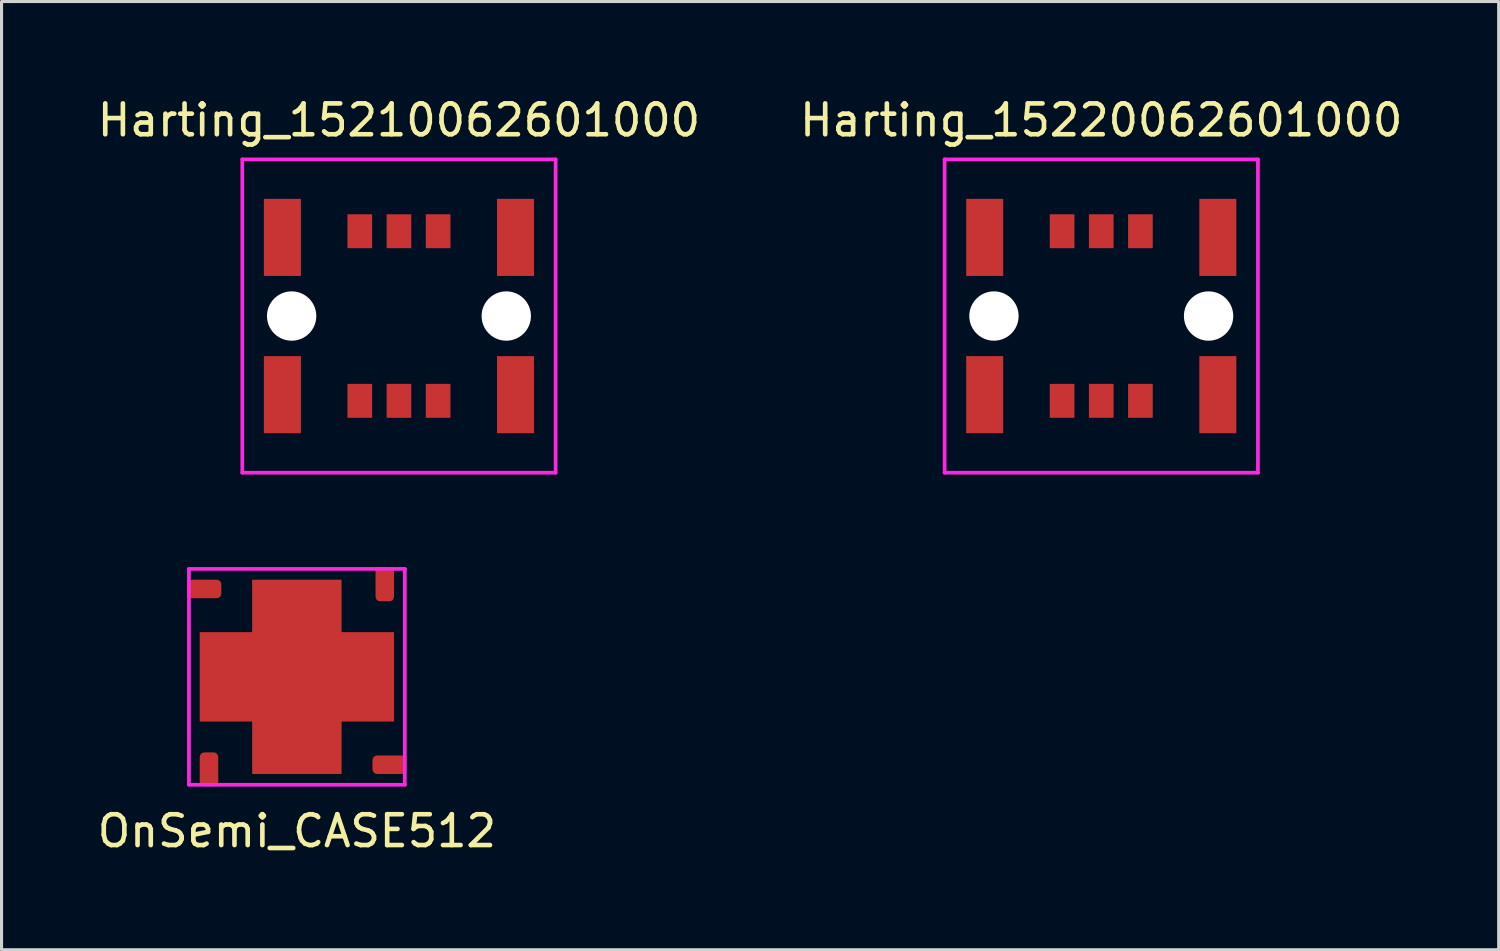
<source format=kicad_pcb>
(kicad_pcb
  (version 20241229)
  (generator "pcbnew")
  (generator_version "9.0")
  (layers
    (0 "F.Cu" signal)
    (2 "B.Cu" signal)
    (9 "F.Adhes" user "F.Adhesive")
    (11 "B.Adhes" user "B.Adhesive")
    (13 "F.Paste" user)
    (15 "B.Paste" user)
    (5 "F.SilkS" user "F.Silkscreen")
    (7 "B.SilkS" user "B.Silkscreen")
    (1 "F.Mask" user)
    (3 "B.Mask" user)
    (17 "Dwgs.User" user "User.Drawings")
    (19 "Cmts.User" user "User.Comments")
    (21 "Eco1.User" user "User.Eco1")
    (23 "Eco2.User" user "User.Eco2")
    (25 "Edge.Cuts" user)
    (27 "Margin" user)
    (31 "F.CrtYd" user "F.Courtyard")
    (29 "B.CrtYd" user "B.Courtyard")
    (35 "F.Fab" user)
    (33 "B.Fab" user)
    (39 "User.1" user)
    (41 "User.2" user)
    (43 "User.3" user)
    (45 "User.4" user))
  (footprint "OnSemi_CASE512"
    (layer "F.Cu")
    (at 6.577 18.898)
    (property "Reference" "OnSemi_CASE512" (at 0 5 0) (layer "F.SilkS") (effects (font (size 1 1) (thickness 0.15))))
    (attr through_hole)
    (fp_line (start -3.5 -3.5) (end 3.5 -3.5) (stroke (width 0.12) (type solid)) (layer "F.CrtYd"))
    (fp_line (start -3.5 3.5) (end -3.5 -3.5) (stroke (width 0.12) (type solid)) (layer "F.CrtYd"))
    (fp_line (start 3.5 -3.5) (end 3.5 3.5) (stroke (width 0.12) (type solid)) (layer "F.CrtYd"))
    (fp_line (start 3.5 3.5) (end -3.5 3.5) (stroke (width 0.12) (type solid)) (layer "F.CrtYd"))
    (pad "1" smd roundrect (at -2.85 3) (size 0.6 1.1) (layers "F.Cu" "F.Mask" "F.Paste") (roundrect_rratio 0.25))
    (pad "2" smd roundrect (at 3 2.85 90) (size 0.6 1.1) (layers "F.Cu" "F.Mask" "F.Paste") (roundrect_rratio 0.25))
    (pad "3" smd roundrect (at 2.85 -3) (size 0.6 1.1) (layers "F.Cu" "F.Mask" "F.Paste") (roundrect_rratio 0.25))
    (pad "4" smd roundrect (at -3 -2.85 90) (size 0.6 1.1) (layers "F.Cu" "F.Mask" "F.Paste") (roundrect_rratio 0.25))
    (pad "5" smd custom (at 0 0) (size 2.9 2.9) (layers "*.Mask" "F.Cu") (options (anchor rect)) (primitives (gr_poly (pts (xy 1.45 1.45) (xy 3.15 1.45) (xy 3.15 -1.45) (xy 1.45 -1.45)) (width 0) (fill yes)) (gr_poly (pts (xy 1.45 -1.45) (xy 1.45 -3.15) (xy -1.45 -3.15) (xy -1.45 -1.45)) (width 0) (fill yes)) (gr_poly (pts (xy -1.45 -1.45) (xy -3.15 -1.45) (xy -3.15 1.45) (xy -1.45 1.45)) (width 0) (fill yes)) (gr_poly (pts (xy -1.45 1.45) (xy -1.45 3.15) (xy 1.45 3.15) (xy 1.45 1.45)) (width 0) (fill yes)))))
  (footprint "Harting_15210062601000"
    (layer "F.Cu")
    (at 9.887 7.198)
    (property "Reference" "Harting_15210062601000" (at 0 -6.35 0) (layer "F.SilkS") (effects (font (size 1 1) (thickness 0.15))))
    (attr through_hole)
    (fp_line (start -5.08 -5.08) (end -5.08 5.08) (stroke (width 0.12) (type solid)) (layer "F.CrtYd"))
    (fp_line (start -5.08 5.08) (end 5.08 5.08) (stroke (width 0.12) (type solid)) (layer "F.CrtYd"))
    (fp_line (start 5.08 -5.08) (end -5.08 -5.08) (stroke (width 0.12) (type solid)) (layer "F.CrtYd"))
    (fp_line (start 5.08 5.08) (end 5.08 -5.08) (stroke (width 0.12) (type solid)) (layer "F.CrtYd"))
    (pad "" np_thru_hole circle (at -3.48 0) (size 1.6 1.6) (drill 1.6) (layers "*.Cu" "*.Mask"))
    (pad "" np_thru_hole circle (at 3.48 0) (size 1.6 1.6) (drill 1.6) (layers "*.Cu" "*.Mask"))
    (pad "1" connect rect (at 3.78 2.55) (size 1.2 2.5) (layers "F.Cu" "F.Mask"))
    (pad "2" connect rect (at -3.78 2.55) (size 1.2 2.5) (layers "F.Cu" "F.Mask"))
    (pad "3" connect rect (at 3.78 -2.55) (size 1.2 2.5) (layers "F.Cu" "F.Mask"))
    (pad "4" connect rect (at -3.78 -2.55) (size 1.2 2.5) (layers "F.Cu" "F.Mask"))
    (pad "a1" smd rect (at 1.27 2.75) (size 0.8 1.1) (layers "F.Cu" "F.Mask" "F.Paste"))
    (pad "a2" smd rect (at 0 2.75) (size 0.8 1.1) (layers "F.Cu" "F.Mask" "F.Paste"))
    (pad "a3" smd rect (at -1.27 2.75) (size 0.8 1.1) (layers "F.Cu" "F.Mask" "F.Paste"))
    (pad "b1" smd rect (at 1.27 -2.75) (size 0.8 1.1) (layers "F.Cu" "F.Mask" "F.Paste"))
    (pad "b2" smd rect (at 0 -2.75) (size 0.8 1.1) (layers "F.Cu" "F.Mask" "F.Paste"))
    (pad "b3" smd rect (at -1.27 -2.75) (size 0.8 1.1) (layers "F.Cu" "F.Mask" "F.Paste")))
  (footprint "Harting_15220062601000"
    (layer "F.Cu")
    (at 32.661 7.198)
    (property "Reference" "Harting_15220062601000" (at 0 -6.35 0) (layer "F.SilkS") (effects (font (size 1 1) (thickness 0.15))))
    (attr through_hole)
    (fp_line (start -5.08 -5.08) (end -5.08 5.08) (stroke (width 0.12) (type solid)) (layer "F.CrtYd"))
    (fp_line (start -5.08 5.08) (end 5.08 5.08) (stroke (width 0.12) (type solid)) (layer "F.CrtYd"))
    (fp_line (start 5.08 -5.08) (end -5.08 -5.08) (stroke (width 0.12) (type solid)) (layer "F.CrtYd"))
    (fp_line (start 5.08 5.08) (end 5.08 -5.08) (stroke (width 0.12) (type solid)) (layer "F.CrtYd"))
    (pad "" np_thru_hole circle (at -3.48 0) (size 1.6 1.6) (drill 1.6) (layers "*.Cu" "*.Mask"))
    (pad "" np_thru_hole circle (at 3.48 0) (size 1.6 1.6) (drill 1.6) (layers "*.Cu" "*.Mask"))
    (pad "1" connect rect (at 3.78 2.55) (size 1.2 2.5) (layers "F.Cu" "F.Mask"))
    (pad "2" connect rect (at -3.78 2.55) (size 1.2 2.5) (layers "F.Cu" "F.Mask"))
    (pad "3" connect rect (at 3.78 -2.55) (size 1.2 2.5) (layers "F.Cu" "F.Mask"))
    (pad "4" connect rect (at -3.78 -2.55) (size 1.2 2.5) (layers "F.Cu" "F.Mask"))
    (pad "a1" smd rect (at 1.27 2.75) (size 0.8 1.1) (layers "F.Cu" "F.Mask" "F.Paste"))
    (pad "a2" smd rect (at 0 2.75) (size 0.8 1.1) (layers "F.Cu" "F.Mask" "F.Paste"))
    (pad "a3" smd rect (at -1.27 2.75) (size 0.8 1.1) (layers "F.Cu" "F.Mask" "F.Paste"))
    (pad "b1" smd rect (at 1.27 -2.75) (size 0.8 1.1) (layers "F.Cu" "F.Mask" "F.Paste"))
    (pad "b2" smd rect (at 0 -2.75) (size 0.8 1.1) (layers "F.Cu" "F.Mask" "F.Paste"))
    (pad "b3" smd rect (at -1.27 -2.75) (size 0.8 1.1) (layers "F.Cu" "F.Mask" "F.Paste")))
  (gr_rect
    (start -3 -3)
    (end 45.548 27.747)
    (stroke (width 0.1) (type default))
    (fill no)
    (layer "Edge.Cuts")))
</source>
